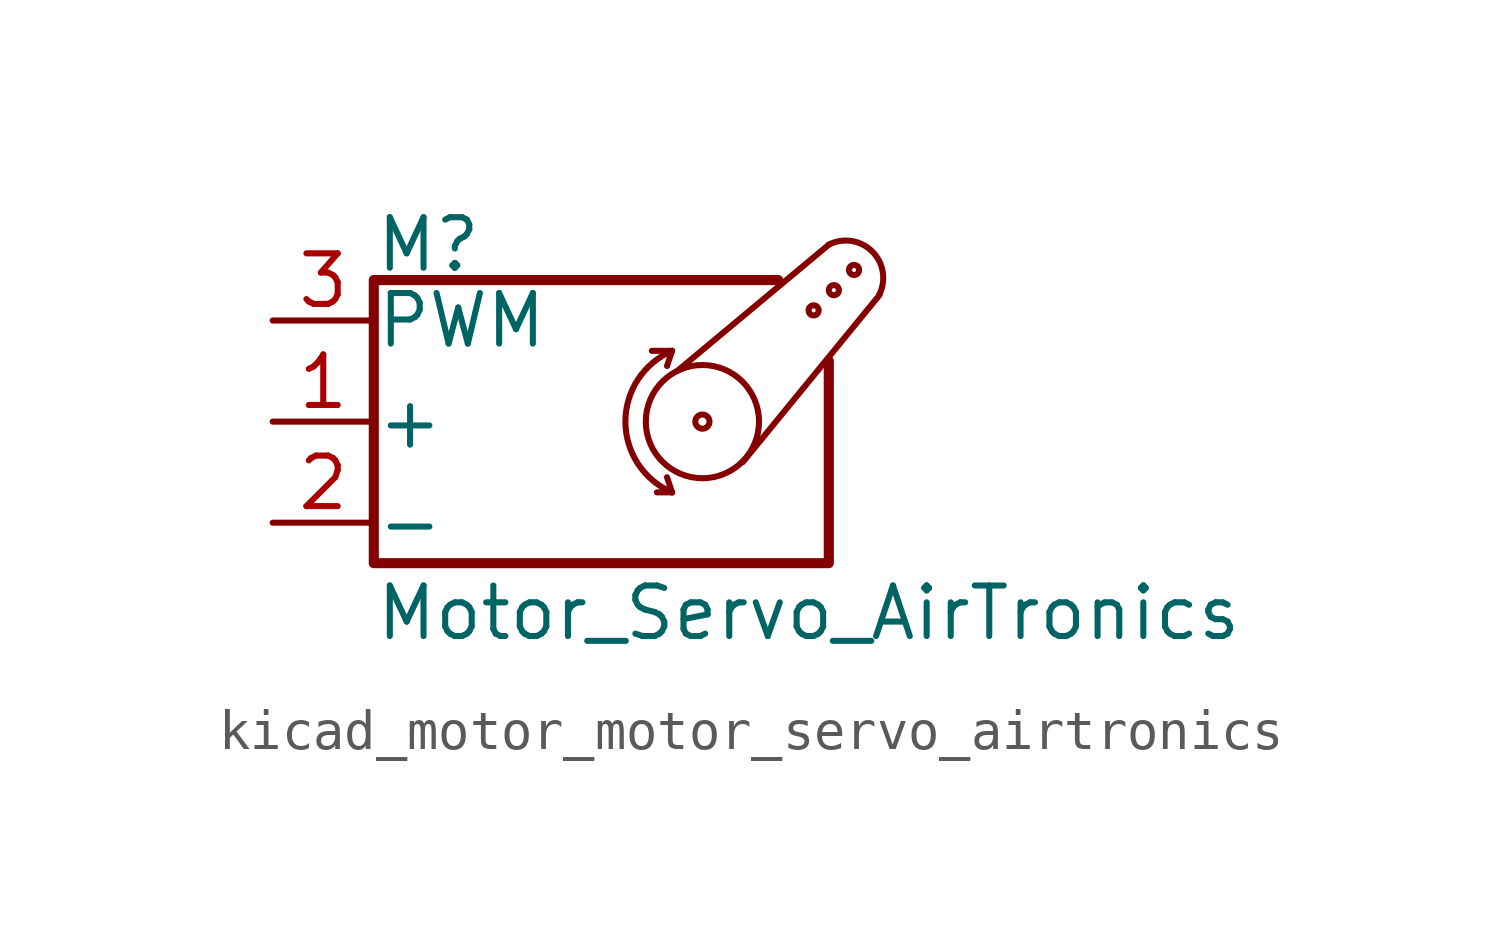
<source format=kicad_sym>
(kicad_symbol_lib
  (version 20220914)
  (generator kicad_symbol_editor)
  (symbol "kicad_motor_motor_servo_airtronics"
    (pin_names
      (offset 0.025))
    (property "Reference" "M"
      (at -5.08 4.445 0)
      (effects (font (size 1.27 1.27)) (justify left)))
    (property "Value" "Motor_Servo_AirTronics"
      (at -5.08 -4.064 0)
      (effects (font (size 1.27 1.27)) (justify left top)))
    (symbol "kicad_motor_motor_servo_airtronics_0_1"
      (polyline (pts (xy 2.413 -1.778) (xy 2.032 -1.778)) (stroke (width 0) (type default)) (fill (type none)))
      (polyline (pts (xy 2.413 -1.778) (xy 2.286 -1.397)) (stroke (width 0) (type default)) (fill (type none)))
      (polyline (pts (xy 2.413 1.778) (xy 1.905 1.778)) (stroke (width 0) (type default)) (fill (type none)))
      (polyline (pts (xy 2.413 1.778) (xy 2.286 1.397)) (stroke (width 0) (type default)) (fill (type none)))
      (polyline (pts (xy 6.35 4.445) (xy 2.54 1.27)) (stroke (width 0) (type default)) (fill (type none)))
      (polyline (pts (xy 7.62 3.175) (xy 4.191 -1.016)) (stroke (width 0) (type default)) (fill (type none)))
      (polyline (pts (xy 6.35 1.524) (xy 6.35 -3.556) (xy -5.08 -3.556) (xy -5.08 3.556) (xy 5.08 3.556)) (stroke (width 0.254) (type default)) (fill (type none)))
      (arc (start 2.413 1.778) (mid 1.2406 0) (end 2.413 -1.778) (stroke (width 0) (type default)) (fill (type none)))
      (circle (center 3.175 0) (radius 0.178) (stroke (width 0) (type default)) (fill (type none)))
      (circle (center 3.175 0) (radius 1.422) (stroke (width 0) (type default)) (fill (type none)))
      (circle (center 5.969 2.794) (radius 0.127) (stroke (width 0) (type default)) (fill (type none)))
      (circle (center 6.477 3.302) (radius 0.127) (stroke (width 0) (type default)) (fill (type none)))
      (circle (center 6.985 3.81) (radius 0.127) (stroke (width 0) (type default)) (fill (type none)))
      (arc (start 7.62 3.175) (mid 7.4485 4.2735) (end 6.35 4.445) (stroke (width 0) (type default)) (fill (type none))))
    (symbol "kicad_motor_motor_servo_airtronics_1_1"
      (pin passive line (at -7.62 0 0) (length 2.54) (name "+" (effects (font (size 1.27 1.27)))) (number "1" (effects (font (size 1.27 1.27)))))
      (pin passive line (at -7.62 -2.54 0) (length 2.54) (name "-" (effects (font (size 1.27 1.27)))) (number "2" (effects (font (size 1.27 1.27)))))
      (pin passive line (at -7.62 2.54 0) (length 2.54) (name "PWM" (effects (font (size 1.27 1.27)))) (number "3" (effects (font (size 1.27 1.27))))))))
</source>
